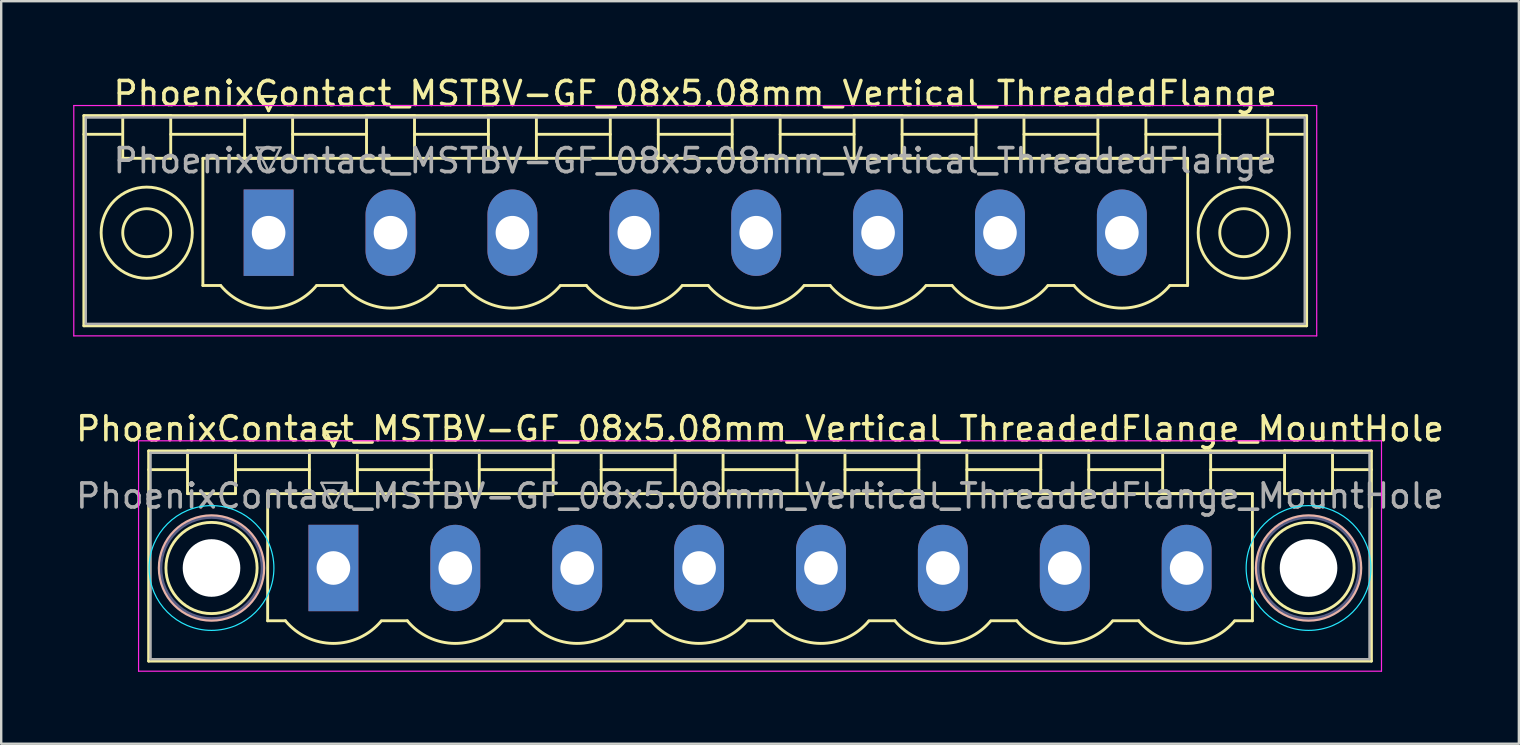
<source format=kicad_pcb>
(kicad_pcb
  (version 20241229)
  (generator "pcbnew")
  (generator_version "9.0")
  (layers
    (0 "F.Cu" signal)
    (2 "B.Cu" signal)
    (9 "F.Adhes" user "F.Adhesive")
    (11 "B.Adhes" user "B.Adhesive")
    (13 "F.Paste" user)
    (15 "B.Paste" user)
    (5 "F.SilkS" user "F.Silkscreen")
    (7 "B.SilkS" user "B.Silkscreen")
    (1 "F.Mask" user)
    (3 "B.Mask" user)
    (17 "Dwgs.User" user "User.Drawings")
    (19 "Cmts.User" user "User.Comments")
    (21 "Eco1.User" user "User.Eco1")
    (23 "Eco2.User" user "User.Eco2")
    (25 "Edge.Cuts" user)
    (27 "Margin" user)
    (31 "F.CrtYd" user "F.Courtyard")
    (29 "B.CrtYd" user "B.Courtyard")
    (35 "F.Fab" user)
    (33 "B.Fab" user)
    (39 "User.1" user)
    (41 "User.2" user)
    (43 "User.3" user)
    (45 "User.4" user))
  (footprint "PhoenixContact_MSTBV-GF_08x5.08mm_Vertical_ThreadedFlange_MountHole"
    (layer "F.Cu")
    (at 10.845 20.622)
    (property "Reference" "PhoenixContact_MSTBV-GF_08x5.08mm_Vertical_ThreadedFlange_MountHole" (at 17.78 -5.8 0) (layer "F.SilkS") (effects (font (size 1 1) (thickness 0.15))))
    (attr through_hole)
    (fp_line (start -7.7 -4.88) (end -7.7 3.88) (stroke (width 0.12) (type solid)) (layer "F.SilkS"))
    (fp_line (start -7.7 -4.1) (end -6.16 -4.1) (stroke (width 0.12) (type solid)) (layer "F.SilkS"))
    (fp_line (start -7.7 3.88) (end 43.26 3.88) (stroke (width 0.12) (type solid)) (layer "F.SilkS"))
    (fp_line (start -6.08 -4.88) (end -4.08 -4.88) (stroke (width 0.12) (type solid)) (layer "F.SilkS"))
    (fp_line (start -6.08 -3.1) (end -6.08 -4.88) (stroke (width 0.12) (type solid)) (layer "F.SilkS"))
    (fp_line (start -4.08 -4.88) (end -4.08 -3.1) (stroke (width 0.12) (type solid)) (layer "F.SilkS"))
    (fp_line (start -4.08 -4.1) (end -1 -4.1) (stroke (width 0.12) (type solid)) (layer "F.SilkS"))
    (fp_line (start -4.08 -3.1) (end -6.08 -3.1) (stroke (width 0.12) (type solid)) (layer "F.SilkS"))
    (fp_line (start -2.74 -3.1) (end 38.3 -3.1) (stroke (width 0.12) (type solid)) (layer "F.SilkS"))
    (fp_line (start -2.74 2.2) (end -2.74 -3.1) (stroke (width 0.12) (type solid)) (layer "F.SilkS"))
    (fp_line (start -2 2.2) (end -2.74 2.2) (stroke (width 0.12) (type solid)) (layer "F.SilkS"))
    (fp_line (start -1 -4.88) (end 1 -4.88) (stroke (width 0.12) (type solid)) (layer "F.SilkS"))
    (fp_line (start -1 -3.1) (end -1 -4.88) (stroke (width 0.12) (type solid)) (layer "F.SilkS"))
    (fp_line (start -0.3 -5.68) (end 0.3 -5.68) (stroke (width 0.12) (type solid)) (layer "F.SilkS"))
    (fp_line (start 0 -5.08) (end -0.3 -5.68) (stroke (width 0.12) (type solid)) (layer "F.SilkS"))
    (fp_line (start 0.3 -5.68) (end 0 -5.08) (stroke (width 0.12) (type solid)) (layer "F.SilkS"))
    (fp_line (start 1 -4.88) (end 1 -3.1) (stroke (width 0.12) (type solid)) (layer "F.SilkS"))
    (fp_line (start 1 -4.1) (end 4.08 -4.1) (stroke (width 0.12) (type solid)) (layer "F.SilkS"))
    (fp_line (start 1 -3.1) (end -1 -3.1) (stroke (width 0.12) (type solid)) (layer "F.SilkS"))
    (fp_line (start 2 2.2) (end 3.08 2.2) (stroke (width 0.12) (type solid)) (layer "F.SilkS"))
    (fp_line (start 4.08 -4.88) (end 6.08 -4.88) (stroke (width 0.12) (type solid)) (layer "F.SilkS"))
    (fp_line (start 4.08 -3.1) (end 4.08 -4.88) (stroke (width 0.12) (type solid)) (layer "F.SilkS"))
    (fp_line (start 6.08 -4.88) (end 6.08 -3.1) (stroke (width 0.12) (type solid)) (layer "F.SilkS"))
    (fp_line (start 6.08 -4.1) (end 9.16 -4.1) (stroke (width 0.12) (type solid)) (layer "F.SilkS"))
    (fp_line (start 6.08 -3.1) (end 4.08 -3.1) (stroke (width 0.12) (type solid)) (layer "F.SilkS"))
    (fp_line (start 7.08 2.2) (end 8.16 2.2) (stroke (width 0.12) (type solid)) (layer "F.SilkS"))
    (fp_line (start 9.16 -4.88) (end 11.16 -4.88) (stroke (width 0.12) (type solid)) (layer "F.SilkS"))
    (fp_line (start 9.16 -3.1) (end 9.16 -4.88) (stroke (width 0.12) (type solid)) (layer "F.SilkS"))
    (fp_line (start 11.16 -4.88) (end 11.16 -3.1) (stroke (width 0.12) (type solid)) (layer "F.SilkS"))
    (fp_line (start 11.16 -4.1) (end 14.24 -4.1) (stroke (width 0.12) (type solid)) (layer "F.SilkS"))
    (fp_line (start 11.16 -3.1) (end 9.16 -3.1) (stroke (width 0.12) (type solid)) (layer "F.SilkS"))
    (fp_line (start 12.16 2.2) (end 13.24 2.2) (stroke (width 0.12) (type solid)) (layer "F.SilkS"))
    (fp_line (start 14.24 -4.88) (end 16.24 -4.88) (stroke (width 0.12) (type solid)) (layer "F.SilkS"))
    (fp_line (start 14.24 -3.1) (end 14.24 -4.88) (stroke (width 0.12) (type solid)) (layer "F.SilkS"))
    (fp_line (start 16.24 -4.88) (end 16.24 -3.1) (stroke (width 0.12) (type solid)) (layer "F.SilkS"))
    (fp_line (start 16.24 -4.1) (end 19.32 -4.1) (stroke (width 0.12) (type solid)) (layer "F.SilkS"))
    (fp_line (start 16.24 -3.1) (end 14.24 -3.1) (stroke (width 0.12) (type solid)) (layer "F.SilkS"))
    (fp_line (start 17.24 2.2) (end 18.32 2.2) (stroke (width 0.12) (type solid)) (layer "F.SilkS"))
    (fp_line (start 19.32 -4.88) (end 21.32 -4.88) (stroke (width 0.12) (type solid)) (layer "F.SilkS"))
    (fp_line (start 19.32 -3.1) (end 19.32 -4.88) (stroke (width 0.12) (type solid)) (layer "F.SilkS"))
    (fp_line (start 21.32 -4.88) (end 21.32 -3.1) (stroke (width 0.12) (type solid)) (layer "F.SilkS"))
    (fp_line (start 21.32 -4.1) (end 24.4 -4.1) (stroke (width 0.12) (type solid)) (layer "F.SilkS"))
    (fp_line (start 21.32 -3.1) (end 19.32 -3.1) (stroke (width 0.12) (type solid)) (layer "F.SilkS"))
    (fp_line (start 22.32 2.2) (end 23.4 2.2) (stroke (width 0.12) (type solid)) (layer "F.SilkS"))
    (fp_line (start 24.4 -4.88) (end 26.4 -4.88) (stroke (width 0.12) (type solid)) (layer "F.SilkS"))
    (fp_line (start 24.4 -3.1) (end 24.4 -4.88) (stroke (width 0.12) (type solid)) (layer "F.SilkS"))
    (fp_line (start 26.4 -4.88) (end 26.4 -3.1) (stroke (width 0.12) (type solid)) (layer "F.SilkS"))
    (fp_line (start 26.4 -4.1) (end 29.48 -4.1) (stroke (width 0.12) (type solid)) (layer "F.SilkS"))
    (fp_line (start 26.4 -3.1) (end 24.4 -3.1) (stroke (width 0.12) (type solid)) (layer "F.SilkS"))
    (fp_line (start 27.4 2.2) (end 28.48 2.2) (stroke (width 0.12) (type solid)) (layer "F.SilkS"))
    (fp_line (start 29.48 -4.88) (end 31.48 -4.88) (stroke (width 0.12) (type solid)) (layer "F.SilkS"))
    (fp_line (start 29.48 -3.1) (end 29.48 -4.88) (stroke (width 0.12) (type solid)) (layer "F.SilkS"))
    (fp_line (start 31.48 -4.88) (end 31.48 -3.1) (stroke (width 0.12) (type solid)) (layer "F.SilkS"))
    (fp_line (start 31.48 -4.1) (end 34.56 -4.1) (stroke (width 0.12) (type solid)) (layer "F.SilkS"))
    (fp_line (start 31.48 -3.1) (end 29.48 -3.1) (stroke (width 0.12) (type solid)) (layer "F.SilkS"))
    (fp_line (start 32.48 2.2) (end 33.56 2.2) (stroke (width 0.12) (type solid)) (layer "F.SilkS"))
    (fp_line (start 34.56 -4.88) (end 36.56 -4.88) (stroke (width 0.12) (type solid)) (layer "F.SilkS"))
    (fp_line (start 34.56 -3.1) (end 34.56 -4.88) (stroke (width 0.12) (type solid)) (layer "F.SilkS"))
    (fp_line (start 36.56 -4.88) (end 36.56 -3.1) (stroke (width 0.12) (type solid)) (layer "F.SilkS"))
    (fp_line (start 36.56 -4.1) (end 39.64 -4.1) (stroke (width 0.12) (type solid)) (layer "F.SilkS"))
    (fp_line (start 36.56 -3.1) (end 34.56 -3.1) (stroke (width 0.12) (type solid)) (layer "F.SilkS"))
    (fp_line (start 38.3 -3.1) (end 38.3 2.2) (stroke (width 0.12) (type solid)) (layer "F.SilkS"))
    (fp_line (start 38.3 2.2) (end 37.56 2.2) (stroke (width 0.12) (type solid)) (layer "F.SilkS"))
    (fp_line (start 39.64 -4.88) (end 41.64 -4.88) (stroke (width 0.12) (type solid)) (layer "F.SilkS"))
    (fp_line (start 39.64 -3.1) (end 39.64 -4.88) (stroke (width 0.12) (type solid)) (layer "F.SilkS"))
    (fp_line (start 41.64 -4.88) (end 41.64 -3.1) (stroke (width 0.12) (type solid)) (layer "F.SilkS"))
    (fp_line (start 41.64 -3.1) (end 39.64 -3.1) (stroke (width 0.12) (type solid)) (layer "F.SilkS"))
    (fp_line (start 43.26 -4.88) (end -7.7 -4.88) (stroke (width 0.12) (type solid)) (layer "F.SilkS"))
    (fp_line (start 43.26 -4.1) (end 41.72 -4.1) (stroke (width 0.12) (type solid)) (layer "F.SilkS"))
    (fp_line (start 43.26 3.88) (end 43.26 -4.88) (stroke (width 0.12) (type solid)) (layer "F.SilkS"))
    (fp_arc (start 1.986842 2.215821) (mid -0.010289 3.142758) (end -2 2.2) (stroke (width 0.12) (type solid)) (layer "F.SilkS"))
    (fp_arc (start 7.066842 2.215821) (mid 5.069711 3.142758) (end 3.08 2.2) (stroke (width 0.12) (type solid)) (layer "F.SilkS"))
    (fp_arc (start 12.146842 2.215821) (mid 10.149711 3.142758) (end 8.16 2.2) (stroke (width 0.12) (type solid)) (layer "F.SilkS"))
    (fp_arc (start 17.226842 2.215821) (mid 15.229711 3.142758) (end 13.24 2.2) (stroke (width 0.12) (type solid)) (layer "F.SilkS"))
    (fp_arc (start 22.306842 2.215821) (mid 20.309711 3.142758) (end 18.32 2.2) (stroke (width 0.12) (type solid)) (layer "F.SilkS"))
    (fp_arc (start 27.386842 2.215821) (mid 25.389711 3.142758) (end 23.4 2.2) (stroke (width 0.12) (type solid)) (layer "F.SilkS"))
    (fp_arc (start 32.466842 2.215821) (mid 30.469711 3.142758) (end 28.48 2.2) (stroke (width 0.12) (type solid)) (layer "F.SilkS"))
    (fp_arc (start 37.546842 2.215821) (mid 35.549711 3.142758) (end 33.56 2.2) (stroke (width 0.12) (type solid)) (layer "F.SilkS"))
    (fp_circle (center -5.08 0) (end -3.18 0) (stroke (width 0.12) (type solid)) (fill no) (layer "F.SilkS"))
    (fp_circle (center 40.64 0) (end 42.54 0) (stroke (width 0.12) (type solid)) (fill no) (layer "F.SilkS"))
    (fp_circle (center -5.08 0) (end -2.9 0) (stroke (width 0.12) (type solid)) (fill no) (layer "B.SilkS"))
    (fp_circle (center 40.64 0) (end 42.82 0) (stroke (width 0.12) (type solid)) (fill no) (layer "B.SilkS"))
    (fp_circle (center -5.08 0) (end -2.48 0) (stroke (width 0.05) (type solid)) (fill no) (layer "B.CrtYd"))
    (fp_circle (center 40.64 0) (end 43.24 0) (stroke (width 0.05) (type solid)) (fill no) (layer "B.CrtYd"))
    (fp_line (start -8.12 -5.3) (end -8.12 4.3) (stroke (width 0.05) (type solid)) (layer "F.CrtYd"))
    (fp_line (start -8.12 4.3) (end 43.68 4.3) (stroke (width 0.05) (type solid)) (layer "F.CrtYd"))
    (fp_line (start 43.68 -5.3) (end -8.12 -5.3) (stroke (width 0.05) (type solid)) (layer "F.CrtYd"))
    (fp_line (start 43.68 4.3) (end 43.68 -5.3) (stroke (width 0.05) (type solid)) (layer "F.CrtYd"))
    (fp_circle (center -5.08 0) (end -2.98 0) (stroke (width 0.1) (type solid)) (fill no) (layer "B.Fab"))
    (fp_circle (center 40.64 0) (end 42.74 0) (stroke (width 0.1) (type solid)) (fill no) (layer "B.Fab"))
    (fp_line (start -7.62 -4.8) (end -7.62 3.8) (stroke (width 0.1) (type solid)) (layer "F.Fab"))
    (fp_line (start -7.62 3.8) (end 43.18 3.8) (stroke (width 0.1) (type solid)) (layer "F.Fab"))
    (fp_line (start -0.5 -3.55) (end 0.5 -3.55) (stroke (width 0.1) (type solid)) (layer "F.Fab"))
    (fp_line (start 0 -2.55) (end -0.5 -3.55) (stroke (width 0.1) (type solid)) (layer "F.Fab"))
    (fp_line (start 0.5 -3.55) (end 0 -2.55) (stroke (width 0.1) (type solid)) (layer "F.Fab"))
    (fp_line (start 43.18 -4.8) (end -7.62 -4.8) (stroke (width 0.1) (type solid)) (layer "F.Fab"))
    (fp_line (start 43.18 3.8) (end 43.18 -4.8) (stroke (width 0.1) (type solid)) (layer "F.Fab"))
    (fp_text user "${REFERENCE}" (at 17.78 -3 0) (layer "F.Fab") (effects (font (size 1 1) (thickness 0.15))))
    (pad "" np_thru_hole circle (at -5.08 0) (size 2.4 2.4) (drill 2.4) (layers "*.Cu" "*.Mask"))
    (pad "" np_thru_hole circle (at 40.64 0) (size 2.4 2.4) (drill 2.4) (layers "*.Cu" "*.Mask"))
    (pad "1" thru_hole rect (at 0 0) (size 2.08 3.6) (drill 1.4) (layers "*.Cu" "*.Mask"))
    (pad "2" thru_hole oval (at 5.08 0) (size 2.08 3.6) (drill 1.4) (layers "*.Cu" "*.Mask"))
    (pad "3" thru_hole oval (at 10.16 0) (size 2.08 3.6) (drill 1.4) (layers "*.Cu" "*.Mask"))
    (pad "4" thru_hole oval (at 15.24 0) (size 2.08 3.6) (drill 1.4) (layers "*.Cu" "*.Mask"))
    (pad "5" thru_hole oval (at 20.32 0) (size 2.08 3.6) (drill 1.4) (layers "*.Cu" "*.Mask"))
    (pad "6" thru_hole oval (at 25.4 0) (size 2.08 3.6) (drill 1.4) (layers "*.Cu" "*.Mask"))
    (pad "7" thru_hole oval (at 30.48 0) (size 2.08 3.6) (drill 1.4) (layers "*.Cu" "*.Mask"))
    (pad "8" thru_hole oval (at 35.56 0) (size 2.08 3.6) (drill 1.4) (layers "*.Cu" "*.Mask")))
  (footprint "PhoenixContact_MSTBV-GF_08x5.08mm_Vertical_ThreadedFlange"
    (layer "F.Cu")
    (at 8.145 6.648)
    (property "Reference" "PhoenixContact_MSTBV-GF_08x5.08mm_Vertical_ThreadedFlange" (at 17.78 -5.8 0) (layer "F.SilkS") (effects (font (size 1 1) (thickness 0.15))))
    (attr through_hole)
    (fp_line (start -7.7 -4.88) (end -7.7 3.88) (stroke (width 0.12) (type solid)) (layer "F.SilkS"))
    (fp_line (start -7.7 -4.1) (end -6.16 -4.1) (stroke (width 0.12) (type solid)) (layer "F.SilkS"))
    (fp_line (start -7.7 3.88) (end 43.26 3.88) (stroke (width 0.12) (type solid)) (layer "F.SilkS"))
    (fp_line (start -6.08 -4.88) (end -4.08 -4.88) (stroke (width 0.12) (type solid)) (layer "F.SilkS"))
    (fp_line (start -6.08 -3.1) (end -6.08 -4.88) (stroke (width 0.12) (type solid)) (layer "F.SilkS"))
    (fp_line (start -4.08 -4.88) (end -4.08 -3.1) (stroke (width 0.12) (type solid)) (layer "F.SilkS"))
    (fp_line (start -4.08 -4.1) (end -1 -4.1) (stroke (width 0.12) (type solid)) (layer "F.SilkS"))
    (fp_line (start -4.08 -3.1) (end -6.08 -3.1) (stroke (width 0.12) (type solid)) (layer "F.SilkS"))
    (fp_line (start -2.74 -3.1) (end 38.3 -3.1) (stroke (width 0.12) (type solid)) (layer "F.SilkS"))
    (fp_line (start -2.74 2.2) (end -2.74 -3.1) (stroke (width 0.12) (type solid)) (layer "F.SilkS"))
    (fp_line (start -2 2.2) (end -2.74 2.2) (stroke (width 0.12) (type solid)) (layer "F.SilkS"))
    (fp_line (start -1 -4.88) (end 1 -4.88) (stroke (width 0.12) (type solid)) (layer "F.SilkS"))
    (fp_line (start -1 -3.1) (end -1 -4.88) (stroke (width 0.12) (type solid)) (layer "F.SilkS"))
    (fp_line (start -0.3 -5.68) (end 0.3 -5.68) (stroke (width 0.12) (type solid)) (layer "F.SilkS"))
    (fp_line (start 0 -5.08) (end -0.3 -5.68) (stroke (width 0.12) (type solid)) (layer "F.SilkS"))
    (fp_line (start 0.3 -5.68) (end 0 -5.08) (stroke (width 0.12) (type solid)) (layer "F.SilkS"))
    (fp_line (start 1 -4.88) (end 1 -3.1) (stroke (width 0.12) (type solid)) (layer "F.SilkS"))
    (fp_line (start 1 -4.1) (end 4.08 -4.1) (stroke (width 0.12) (type solid)) (layer "F.SilkS"))
    (fp_line (start 1 -3.1) (end -1 -3.1) (stroke (width 0.12) (type solid)) (layer "F.SilkS"))
    (fp_line (start 2 2.2) (end 3.08 2.2) (stroke (width 0.12) (type solid)) (layer "F.SilkS"))
    (fp_line (start 4.08 -4.88) (end 6.08 -4.88) (stroke (width 0.12) (type solid)) (layer "F.SilkS"))
    (fp_line (start 4.08 -3.1) (end 4.08 -4.88) (stroke (width 0.12) (type solid)) (layer "F.SilkS"))
    (fp_line (start 6.08 -4.88) (end 6.08 -3.1) (stroke (width 0.12) (type solid)) (layer "F.SilkS"))
    (fp_line (start 6.08 -4.1) (end 9.16 -4.1) (stroke (width 0.12) (type solid)) (layer "F.SilkS"))
    (fp_line (start 6.08 -3.1) (end 4.08 -3.1) (stroke (width 0.12) (type solid)) (layer "F.SilkS"))
    (fp_line (start 7.08 2.2) (end 8.16 2.2) (stroke (width 0.12) (type solid)) (layer "F.SilkS"))
    (fp_line (start 9.16 -4.88) (end 11.16 -4.88) (stroke (width 0.12) (type solid)) (layer "F.SilkS"))
    (fp_line (start 9.16 -3.1) (end 9.16 -4.88) (stroke (width 0.12) (type solid)) (layer "F.SilkS"))
    (fp_line (start 11.16 -4.88) (end 11.16 -3.1) (stroke (width 0.12) (type solid)) (layer "F.SilkS"))
    (fp_line (start 11.16 -4.1) (end 14.24 -4.1) (stroke (width 0.12) (type solid)) (layer "F.SilkS"))
    (fp_line (start 11.16 -3.1) (end 9.16 -3.1) (stroke (width 0.12) (type solid)) (layer "F.SilkS"))
    (fp_line (start 12.16 2.2) (end 13.24 2.2) (stroke (width 0.12) (type solid)) (layer "F.SilkS"))
    (fp_line (start 14.24 -4.88) (end 16.24 -4.88) (stroke (width 0.12) (type solid)) (layer "F.SilkS"))
    (fp_line (start 14.24 -3.1) (end 14.24 -4.88) (stroke (width 0.12) (type solid)) (layer "F.SilkS"))
    (fp_line (start 16.24 -4.88) (end 16.24 -3.1) (stroke (width 0.12) (type solid)) (layer "F.SilkS"))
    (fp_line (start 16.24 -4.1) (end 19.32 -4.1) (stroke (width 0.12) (type solid)) (layer "F.SilkS"))
    (fp_line (start 16.24 -3.1) (end 14.24 -3.1) (stroke (width 0.12) (type solid)) (layer "F.SilkS"))
    (fp_line (start 17.24 2.2) (end 18.32 2.2) (stroke (width 0.12) (type solid)) (layer "F.SilkS"))
    (fp_line (start 19.32 -4.88) (end 21.32 -4.88) (stroke (width 0.12) (type solid)) (layer "F.SilkS"))
    (fp_line (start 19.32 -3.1) (end 19.32 -4.88) (stroke (width 0.12) (type solid)) (layer "F.SilkS"))
    (fp_line (start 21.32 -4.88) (end 21.32 -3.1) (stroke (width 0.12) (type solid)) (layer "F.SilkS"))
    (fp_line (start 21.32 -4.1) (end 24.4 -4.1) (stroke (width 0.12) (type solid)) (layer "F.SilkS"))
    (fp_line (start 21.32 -3.1) (end 19.32 -3.1) (stroke (width 0.12) (type solid)) (layer "F.SilkS"))
    (fp_line (start 22.32 2.2) (end 23.4 2.2) (stroke (width 0.12) (type solid)) (layer "F.SilkS"))
    (fp_line (start 24.4 -4.88) (end 26.4 -4.88) (stroke (width 0.12) (type solid)) (layer "F.SilkS"))
    (fp_line (start 24.4 -3.1) (end 24.4 -4.88) (stroke (width 0.12) (type solid)) (layer "F.SilkS"))
    (fp_line (start 26.4 -4.88) (end 26.4 -3.1) (stroke (width 0.12) (type solid)) (layer "F.SilkS"))
    (fp_line (start 26.4 -4.1) (end 29.48 -4.1) (stroke (width 0.12) (type solid)) (layer "F.SilkS"))
    (fp_line (start 26.4 -3.1) (end 24.4 -3.1) (stroke (width 0.12) (type solid)) (layer "F.SilkS"))
    (fp_line (start 27.4 2.2) (end 28.48 2.2) (stroke (width 0.12) (type solid)) (layer "F.SilkS"))
    (fp_line (start 29.48 -4.88) (end 31.48 -4.88) (stroke (width 0.12) (type solid)) (layer "F.SilkS"))
    (fp_line (start 29.48 -3.1) (end 29.48 -4.88) (stroke (width 0.12) (type solid)) (layer "F.SilkS"))
    (fp_line (start 31.48 -4.88) (end 31.48 -3.1) (stroke (width 0.12) (type solid)) (layer "F.SilkS"))
    (fp_line (start 31.48 -4.1) (end 34.56 -4.1) (stroke (width 0.12) (type solid)) (layer "F.SilkS"))
    (fp_line (start 31.48 -3.1) (end 29.48 -3.1) (stroke (width 0.12) (type solid)) (layer "F.SilkS"))
    (fp_line (start 32.48 2.2) (end 33.56 2.2) (stroke (width 0.12) (type solid)) (layer "F.SilkS"))
    (fp_line (start 34.56 -4.88) (end 36.56 -4.88) (stroke (width 0.12) (type solid)) (layer "F.SilkS"))
    (fp_line (start 34.56 -3.1) (end 34.56 -4.88) (stroke (width 0.12) (type solid)) (layer "F.SilkS"))
    (fp_line (start 36.56 -4.88) (end 36.56 -3.1) (stroke (width 0.12) (type solid)) (layer "F.SilkS"))
    (fp_line (start 36.56 -4.1) (end 39.64 -4.1) (stroke (width 0.12) (type solid)) (layer "F.SilkS"))
    (fp_line (start 36.56 -3.1) (end 34.56 -3.1) (stroke (width 0.12) (type solid)) (layer "F.SilkS"))
    (fp_line (start 38.3 -3.1) (end 38.3 2.2) (stroke (width 0.12) (type solid)) (layer "F.SilkS"))
    (fp_line (start 38.3 2.2) (end 37.56 2.2) (stroke (width 0.12) (type solid)) (layer "F.SilkS"))
    (fp_line (start 39.64 -4.88) (end 41.64 -4.88) (stroke (width 0.12) (type solid)) (layer "F.SilkS"))
    (fp_line (start 39.64 -3.1) (end 39.64 -4.88) (stroke (width 0.12) (type solid)) (layer "F.SilkS"))
    (fp_line (start 41.64 -4.88) (end 41.64 -3.1) (stroke (width 0.12) (type solid)) (layer "F.SilkS"))
    (fp_line (start 41.64 -3.1) (end 39.64 -3.1) (stroke (width 0.12) (type solid)) (layer "F.SilkS"))
    (fp_line (start 43.26 -4.88) (end -7.7 -4.88) (stroke (width 0.12) (type solid)) (layer "F.SilkS"))
    (fp_line (start 43.26 -4.1) (end 41.72 -4.1) (stroke (width 0.12) (type solid)) (layer "F.SilkS"))
    (fp_line (start 43.26 3.88) (end 43.26 -4.88) (stroke (width 0.12) (type solid)) (layer "F.SilkS"))
    (fp_arc (start 1.986842 2.215821) (mid -0.010289 3.142758) (end -2 2.2) (stroke (width 0.12) (type solid)) (layer "F.SilkS"))
    (fp_arc (start 7.066842 2.215821) (mid 5.069711 3.142758) (end 3.08 2.2) (stroke (width 0.12) (type solid)) (layer "F.SilkS"))
    (fp_arc (start 12.146842 2.215821) (mid 10.149711 3.142758) (end 8.16 2.2) (stroke (width 0.12) (type solid)) (layer "F.SilkS"))
    (fp_arc (start 17.226842 2.215821) (mid 15.229711 3.142758) (end 13.24 2.2) (stroke (width 0.12) (type solid)) (layer "F.SilkS"))
    (fp_arc (start 22.306842 2.215821) (mid 20.309711 3.142758) (end 18.32 2.2) (stroke (width 0.12) (type solid)) (layer "F.SilkS"))
    (fp_arc (start 27.386842 2.215821) (mid 25.389711 3.142758) (end 23.4 2.2) (stroke (width 0.12) (type solid)) (layer "F.SilkS"))
    (fp_arc (start 32.466842 2.215821) (mid 30.469711 3.142758) (end 28.48 2.2) (stroke (width 0.12) (type solid)) (layer "F.SilkS"))
    (fp_arc (start 37.546842 2.215821) (mid 35.549711 3.142758) (end 33.56 2.2) (stroke (width 0.12) (type solid)) (layer "F.SilkS"))
    (fp_circle (center -5.08 0) (end -4.08 0) (stroke (width 0.12) (type solid)) (fill no) (layer "F.SilkS"))
    (fp_circle (center -5.08 0) (end -3.18 0) (stroke (width 0.12) (type solid)) (fill no) (layer "F.SilkS"))
    (fp_circle (center 40.64 0) (end 41.64 0) (stroke (width 0.12) (type solid)) (fill no) (layer "F.SilkS"))
    (fp_circle (center 40.64 0) (end 42.54 0) (stroke (width 0.12) (type solid)) (fill no) (layer "F.SilkS"))
    (fp_line (start -8.12 -5.3) (end -8.12 4.3) (stroke (width 0.05) (type solid)) (layer "F.CrtYd"))
    (fp_line (start -8.12 4.3) (end 43.68 4.3) (stroke (width 0.05) (type solid)) (layer "F.CrtYd"))
    (fp_line (start 43.68 -5.3) (end -8.12 -5.3) (stroke (width 0.05) (type solid)) (layer "F.CrtYd"))
    (fp_line (start 43.68 4.3) (end 43.68 -5.3) (stroke (width 0.05) (type solid)) (layer "F.CrtYd"))
    (fp_line (start -7.62 -4.8) (end -7.62 3.8) (stroke (width 0.1) (type solid)) (layer "F.Fab"))
    (fp_line (start -7.62 3.8) (end 43.18 3.8) (stroke (width 0.1) (type solid)) (layer "F.Fab"))
    (fp_line (start -0.5 -3.55) (end 0.5 -3.55) (stroke (width 0.1) (type solid)) (layer "F.Fab"))
    (fp_line (start 0 -2.55) (end -0.5 -3.55) (stroke (width 0.1) (type solid)) (layer "F.Fab"))
    (fp_line (start 0.5 -3.55) (end 0 -2.55) (stroke (width 0.1) (type solid)) (layer "F.Fab"))
    (fp_line (start 43.18 -4.8) (end -7.62 -4.8) (stroke (width 0.1) (type solid)) (layer "F.Fab"))
    (fp_line (start 43.18 3.8) (end 43.18 -4.8) (stroke (width 0.1) (type solid)) (layer "F.Fab"))
    (fp_text user "${REFERENCE}" (at 17.78 -3 0) (layer "F.Fab") (effects (font (size 1 1) (thickness 0.15))))
    (pad "1" thru_hole rect (at 0 0) (size 2.08 3.6) (drill 1.4) (layers "*.Cu" "*.Mask"))
    (pad "2" thru_hole oval (at 5.08 0) (size 2.08 3.6) (drill 1.4) (layers "*.Cu" "*.Mask"))
    (pad "3" thru_hole oval (at 10.16 0) (size 2.08 3.6) (drill 1.4) (layers "*.Cu" "*.Mask"))
    (pad "4" thru_hole oval (at 15.24 0) (size 2.08 3.6) (drill 1.4) (layers "*.Cu" "*.Mask"))
    (pad "5" thru_hole oval (at 20.32 0) (size 2.08 3.6) (drill 1.4) (layers "*.Cu" "*.Mask"))
    (pad "6" thru_hole oval (at 25.4 0) (size 2.08 3.6) (drill 1.4) (layers "*.Cu" "*.Mask"))
    (pad "7" thru_hole oval (at 30.48 0) (size 2.08 3.6) (drill 1.4) (layers "*.Cu" "*.Mask"))
    (pad "8" thru_hole oval (at 35.56 0) (size 2.08 3.6) (drill 1.4) (layers "*.Cu" "*.Mask")))
  (gr_rect
    (start -3 -3)
    (end 60.25 27.947)
    (stroke (width 0.1) (type default))
    (fill no)
    (layer "Edge.Cuts")))
</source>
